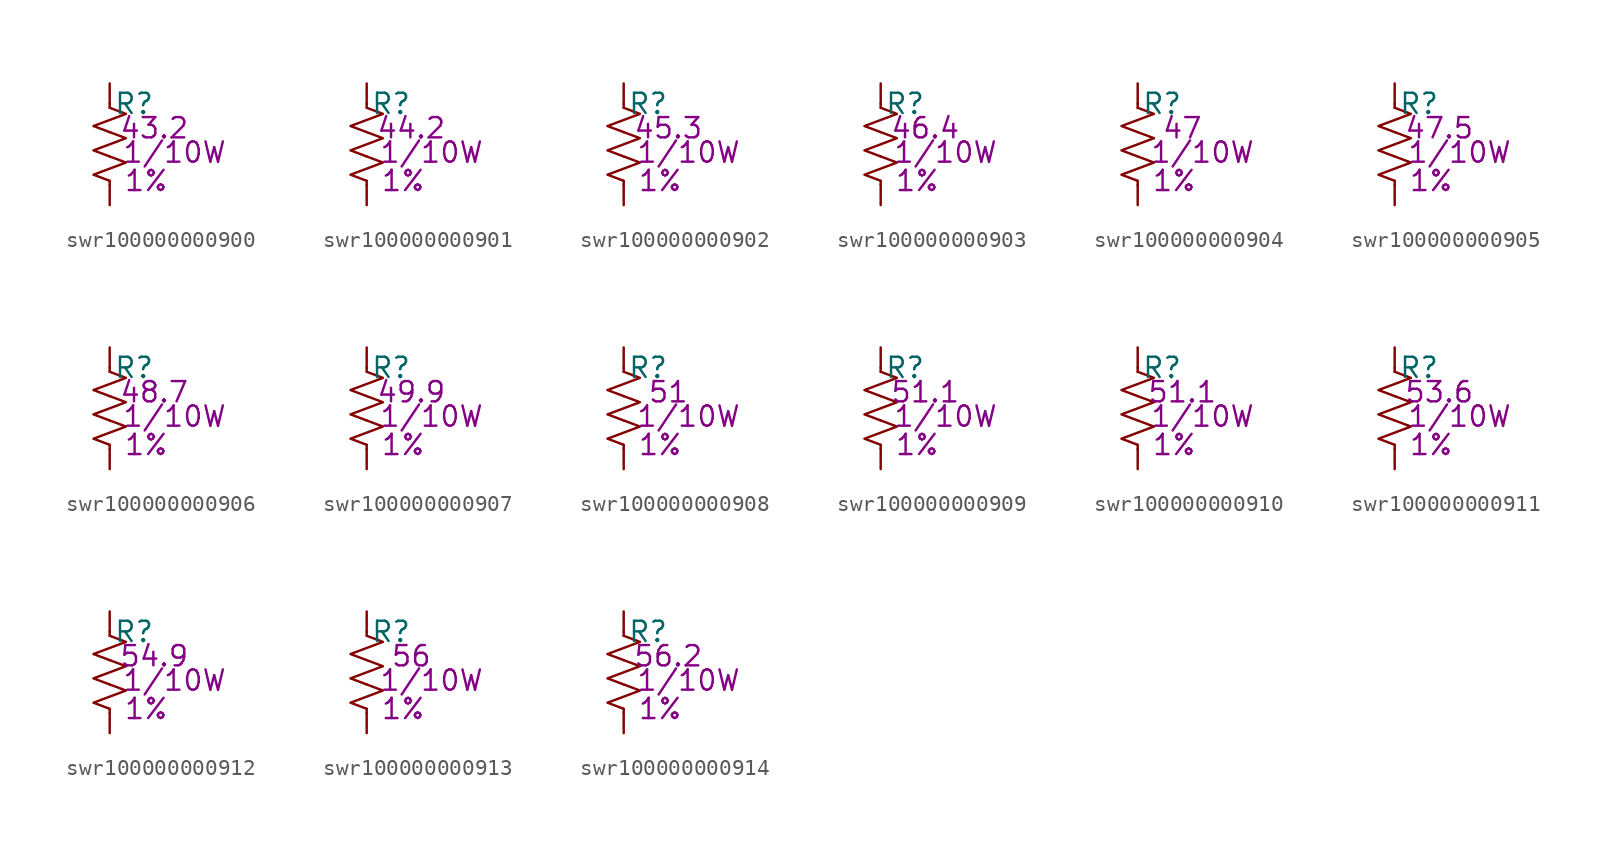
<source format=kicad_sym>
(kicad_symbol_lib
  (version 20211014)
  (generator kicad_symbol_editor)
  (symbol "swr100000000900"
    (pin_numbers hide)
    (pin_names
      (offset 1.016))
    (property "Reference" "R"
      (at 1.524 2.54 0)
      (effects (font (size 1.27 1.27))))
    (property "Tolerance" "1%"
      (at 2.286 -2.286 0)
      (effects (font (size 1.27 1.27))))
    (property "Wattage" "1/10W"
      (at 4.064 -0.508 0)
      (effects (font (size 1.27 1.27))))
    (property "PartValue" "43.2"
      (at 2.794 1.016 0)
      (effects (font (size 1.27 1.27))))
    (symbol "swr100000000900_1_1"
      (polyline (pts (xy 0 -2.286) (xy 0 -2.54)) (stroke (width 0) (type default) (color 0 0 0 0)) (fill (type none)))
      (polyline (pts (xy 0 2.286) (xy 0 2.54)) (stroke (width 0) (type default) (color 0 0 0 0)) (fill (type none)))
      (polyline (pts (xy 0 -0.762) (xy 1.016 -1.143) (xy 0 -1.524) (xy -1.016 -1.905) (xy 0 -2.286)) (stroke (width 0) (type default) (color 0 0 0 0)) (fill (type none)))
      (polyline (pts (xy 0 0.762) (xy 1.016 0.381) (xy 0 0) (xy -1.016 -0.381) (xy 0 -0.762)) (stroke (width 0) (type default) (color 0 0 0 0)) (fill (type none)))
      (polyline (pts (xy 0 2.286) (xy 1.016 1.905) (xy 0 1.524) (xy -1.016 1.143) (xy 0 0.762)) (stroke (width 0) (type default) (color 0 0 0 0)) (fill (type none)))
      (pin passive line (at 0 3.81 270) (length 1.27) (name "~" (effects (font (size 1.27 1.27)))) (number "1" (effects (font (size 1.27 1.27)))))
      (pin passive line (at 0 -3.81 90) (length 1.27) (name "~" (effects (font (size 1.27 1.27)))) (number "2" (effects (font (size 1.27 1.27)))))))
  (symbol "swr100000000901"
    (pin_numbers hide)
    (pin_names
      (offset 1.016))
    (property "Reference" "R"
      (at 1.524 2.54 0)
      (effects (font (size 1.27 1.27))))
    (property "Tolerance" "1%"
      (at 2.286 -2.286 0)
      (effects (font (size 1.27 1.27))))
    (property "Wattage" "1/10W"
      (at 4.064 -0.508 0)
      (effects (font (size 1.27 1.27))))
    (property "PartValue" "44.2"
      (at 2.794 1.016 0)
      (effects (font (size 1.27 1.27))))
    (symbol "swr100000000901_1_1"
      (polyline (pts (xy 0 -2.286) (xy 0 -2.54)) (stroke (width 0) (type default) (color 0 0 0 0)) (fill (type none)))
      (polyline (pts (xy 0 2.286) (xy 0 2.54)) (stroke (width 0) (type default) (color 0 0 0 0)) (fill (type none)))
      (polyline (pts (xy 0 -0.762) (xy 1.016 -1.143) (xy 0 -1.524) (xy -1.016 -1.905) (xy 0 -2.286)) (stroke (width 0) (type default) (color 0 0 0 0)) (fill (type none)))
      (polyline (pts (xy 0 0.762) (xy 1.016 0.381) (xy 0 0) (xy -1.016 -0.381) (xy 0 -0.762)) (stroke (width 0) (type default) (color 0 0 0 0)) (fill (type none)))
      (polyline (pts (xy 0 2.286) (xy 1.016 1.905) (xy 0 1.524) (xy -1.016 1.143) (xy 0 0.762)) (stroke (width 0) (type default) (color 0 0 0 0)) (fill (type none)))
      (pin passive line (at 0 3.81 270) (length 1.27) (name "~" (effects (font (size 1.27 1.27)))) (number "1" (effects (font (size 1.27 1.27)))))
      (pin passive line (at 0 -3.81 90) (length 1.27) (name "~" (effects (font (size 1.27 1.27)))) (number "2" (effects (font (size 1.27 1.27)))))))
  (symbol "swr100000000902"
    (pin_numbers hide)
    (pin_names
      (offset 1.016))
    (property "Reference" "R"
      (at 1.524 2.54 0)
      (effects (font (size 1.27 1.27))))
    (property "Tolerance" "1%"
      (at 2.286 -2.286 0)
      (effects (font (size 1.27 1.27))))
    (property "Wattage" "1/10W"
      (at 4.064 -0.508 0)
      (effects (font (size 1.27 1.27))))
    (property "PartValue" "45.3"
      (at 2.794 1.016 0)
      (effects (font (size 1.27 1.27))))
    (symbol "swr100000000902_1_1"
      (polyline (pts (xy 0 -2.286) (xy 0 -2.54)) (stroke (width 0) (type default) (color 0 0 0 0)) (fill (type none)))
      (polyline (pts (xy 0 2.286) (xy 0 2.54)) (stroke (width 0) (type default) (color 0 0 0 0)) (fill (type none)))
      (polyline (pts (xy 0 -0.762) (xy 1.016 -1.143) (xy 0 -1.524) (xy -1.016 -1.905) (xy 0 -2.286)) (stroke (width 0) (type default) (color 0 0 0 0)) (fill (type none)))
      (polyline (pts (xy 0 0.762) (xy 1.016 0.381) (xy 0 0) (xy -1.016 -0.381) (xy 0 -0.762)) (stroke (width 0) (type default) (color 0 0 0 0)) (fill (type none)))
      (polyline (pts (xy 0 2.286) (xy 1.016 1.905) (xy 0 1.524) (xy -1.016 1.143) (xy 0 0.762)) (stroke (width 0) (type default) (color 0 0 0 0)) (fill (type none)))
      (pin passive line (at 0 3.81 270) (length 1.27) (name "~" (effects (font (size 1.27 1.27)))) (number "1" (effects (font (size 1.27 1.27)))))
      (pin passive line (at 0 -3.81 90) (length 1.27) (name "~" (effects (font (size 1.27 1.27)))) (number "2" (effects (font (size 1.27 1.27)))))))
  (symbol "swr100000000903"
    (pin_numbers hide)
    (pin_names
      (offset 1.016))
    (property "Reference" "R"
      (at 1.524 2.54 0)
      (effects (font (size 1.27 1.27))))
    (property "Tolerance" "1%"
      (at 2.286 -2.286 0)
      (effects (font (size 1.27 1.27))))
    (property "Wattage" "1/10W"
      (at 4.064 -0.508 0)
      (effects (font (size 1.27 1.27))))
    (property "PartValue" "46.4"
      (at 2.794 1.016 0)
      (effects (font (size 1.27 1.27))))
    (symbol "swr100000000903_1_1"
      (polyline (pts (xy 0 -2.286) (xy 0 -2.54)) (stroke (width 0) (type default) (color 0 0 0 0)) (fill (type none)))
      (polyline (pts (xy 0 2.286) (xy 0 2.54)) (stroke (width 0) (type default) (color 0 0 0 0)) (fill (type none)))
      (polyline (pts (xy 0 -0.762) (xy 1.016 -1.143) (xy 0 -1.524) (xy -1.016 -1.905) (xy 0 -2.286)) (stroke (width 0) (type default) (color 0 0 0 0)) (fill (type none)))
      (polyline (pts (xy 0 0.762) (xy 1.016 0.381) (xy 0 0) (xy -1.016 -0.381) (xy 0 -0.762)) (stroke (width 0) (type default) (color 0 0 0 0)) (fill (type none)))
      (polyline (pts (xy 0 2.286) (xy 1.016 1.905) (xy 0 1.524) (xy -1.016 1.143) (xy 0 0.762)) (stroke (width 0) (type default) (color 0 0 0 0)) (fill (type none)))
      (pin passive line (at 0 3.81 270) (length 1.27) (name "~" (effects (font (size 1.27 1.27)))) (number "1" (effects (font (size 1.27 1.27)))))
      (pin passive line (at 0 -3.81 90) (length 1.27) (name "~" (effects (font (size 1.27 1.27)))) (number "2" (effects (font (size 1.27 1.27)))))))
  (symbol "swr100000000904"
    (pin_numbers hide)
    (pin_names
      (offset 1.016))
    (property "Reference" "R"
      (at 1.524 2.54 0)
      (effects (font (size 1.27 1.27))))
    (property "Tolerance" "1%"
      (at 2.286 -2.286 0)
      (effects (font (size 1.27 1.27))))
    (property "Wattage" "1/10W"
      (at 4.064 -0.508 0)
      (effects (font (size 1.27 1.27))))
    (property "PartValue" "47"
      (at 2.794 1.016 0)
      (effects (font (size 1.27 1.27))))
    (symbol "swr100000000904_1_1"
      (polyline (pts (xy 0 -2.286) (xy 0 -2.54)) (stroke (width 0) (type default) (color 0 0 0 0)) (fill (type none)))
      (polyline (pts (xy 0 2.286) (xy 0 2.54)) (stroke (width 0) (type default) (color 0 0 0 0)) (fill (type none)))
      (polyline (pts (xy 0 -0.762) (xy 1.016 -1.143) (xy 0 -1.524) (xy -1.016 -1.905) (xy 0 -2.286)) (stroke (width 0) (type default) (color 0 0 0 0)) (fill (type none)))
      (polyline (pts (xy 0 0.762) (xy 1.016 0.381) (xy 0 0) (xy -1.016 -0.381) (xy 0 -0.762)) (stroke (width 0) (type default) (color 0 0 0 0)) (fill (type none)))
      (polyline (pts (xy 0 2.286) (xy 1.016 1.905) (xy 0 1.524) (xy -1.016 1.143) (xy 0 0.762)) (stroke (width 0) (type default) (color 0 0 0 0)) (fill (type none)))
      (pin passive line (at 0 3.81 270) (length 1.27) (name "~" (effects (font (size 1.27 1.27)))) (number "1" (effects (font (size 1.27 1.27)))))
      (pin passive line (at 0 -3.81 90) (length 1.27) (name "~" (effects (font (size 1.27 1.27)))) (number "2" (effects (font (size 1.27 1.27)))))))
  (symbol "swr100000000905"
    (pin_numbers hide)
    (pin_names
      (offset 1.016))
    (property "Reference" "R"
      (at 1.524 2.54 0)
      (effects (font (size 1.27 1.27))))
    (property "Tolerance" "1%"
      (at 2.286 -2.286 0)
      (effects (font (size 1.27 1.27))))
    (property "Wattage" "1/10W"
      (at 4.064 -0.508 0)
      (effects (font (size 1.27 1.27))))
    (property "PartValue" "47.5"
      (at 2.794 1.016 0)
      (effects (font (size 1.27 1.27))))
    (symbol "swr100000000905_1_1"
      (polyline (pts (xy 0 -2.286) (xy 0 -2.54)) (stroke (width 0) (type default) (color 0 0 0 0)) (fill (type none)))
      (polyline (pts (xy 0 2.286) (xy 0 2.54)) (stroke (width 0) (type default) (color 0 0 0 0)) (fill (type none)))
      (polyline (pts (xy 0 -0.762) (xy 1.016 -1.143) (xy 0 -1.524) (xy -1.016 -1.905) (xy 0 -2.286)) (stroke (width 0) (type default) (color 0 0 0 0)) (fill (type none)))
      (polyline (pts (xy 0 0.762) (xy 1.016 0.381) (xy 0 0) (xy -1.016 -0.381) (xy 0 -0.762)) (stroke (width 0) (type default) (color 0 0 0 0)) (fill (type none)))
      (polyline (pts (xy 0 2.286) (xy 1.016 1.905) (xy 0 1.524) (xy -1.016 1.143) (xy 0 0.762)) (stroke (width 0) (type default) (color 0 0 0 0)) (fill (type none)))
      (pin passive line (at 0 3.81 270) (length 1.27) (name "~" (effects (font (size 1.27 1.27)))) (number "1" (effects (font (size 1.27 1.27)))))
      (pin passive line (at 0 -3.81 90) (length 1.27) (name "~" (effects (font (size 1.27 1.27)))) (number "2" (effects (font (size 1.27 1.27)))))))
  (symbol "swr100000000906"
    (pin_numbers hide)
    (pin_names
      (offset 1.016))
    (property "Reference" "R"
      (at 1.524 2.54 0)
      (effects (font (size 1.27 1.27))))
    (property "Tolerance" "1%"
      (at 2.286 -2.286 0)
      (effects (font (size 1.27 1.27))))
    (property "Wattage" "1/10W"
      (at 4.064 -0.508 0)
      (effects (font (size 1.27 1.27))))
    (property "PartValue" "48.7"
      (at 2.794 1.016 0)
      (effects (font (size 1.27 1.27))))
    (symbol "swr100000000906_1_1"
      (polyline (pts (xy 0 -2.286) (xy 0 -2.54)) (stroke (width 0) (type default) (color 0 0 0 0)) (fill (type none)))
      (polyline (pts (xy 0 2.286) (xy 0 2.54)) (stroke (width 0) (type default) (color 0 0 0 0)) (fill (type none)))
      (polyline (pts (xy 0 -0.762) (xy 1.016 -1.143) (xy 0 -1.524) (xy -1.016 -1.905) (xy 0 -2.286)) (stroke (width 0) (type default) (color 0 0 0 0)) (fill (type none)))
      (polyline (pts (xy 0 0.762) (xy 1.016 0.381) (xy 0 0) (xy -1.016 -0.381) (xy 0 -0.762)) (stroke (width 0) (type default) (color 0 0 0 0)) (fill (type none)))
      (polyline (pts (xy 0 2.286) (xy 1.016 1.905) (xy 0 1.524) (xy -1.016 1.143) (xy 0 0.762)) (stroke (width 0) (type default) (color 0 0 0 0)) (fill (type none)))
      (pin passive line (at 0 3.81 270) (length 1.27) (name "~" (effects (font (size 1.27 1.27)))) (number "1" (effects (font (size 1.27 1.27)))))
      (pin passive line (at 0 -3.81 90) (length 1.27) (name "~" (effects (font (size 1.27 1.27)))) (number "2" (effects (font (size 1.27 1.27)))))))
  (symbol "swr100000000907"
    (pin_numbers hide)
    (pin_names
      (offset 1.016))
    (property "Reference" "R"
      (at 1.524 2.54 0)
      (effects (font (size 1.27 1.27))))
    (property "Tolerance" "1%"
      (at 2.286 -2.286 0)
      (effects (font (size 1.27 1.27))))
    (property "Wattage" "1/10W"
      (at 4.064 -0.508 0)
      (effects (font (size 1.27 1.27))))
    (property "PartValue" "49.9"
      (at 2.794 1.016 0)
      (effects (font (size 1.27 1.27))))
    (symbol "swr100000000907_1_1"
      (polyline (pts (xy 0 -2.286) (xy 0 -2.54)) (stroke (width 0) (type default) (color 0 0 0 0)) (fill (type none)))
      (polyline (pts (xy 0 2.286) (xy 0 2.54)) (stroke (width 0) (type default) (color 0 0 0 0)) (fill (type none)))
      (polyline (pts (xy 0 -0.762) (xy 1.016 -1.143) (xy 0 -1.524) (xy -1.016 -1.905) (xy 0 -2.286)) (stroke (width 0) (type default) (color 0 0 0 0)) (fill (type none)))
      (polyline (pts (xy 0 0.762) (xy 1.016 0.381) (xy 0 0) (xy -1.016 -0.381) (xy 0 -0.762)) (stroke (width 0) (type default) (color 0 0 0 0)) (fill (type none)))
      (polyline (pts (xy 0 2.286) (xy 1.016 1.905) (xy 0 1.524) (xy -1.016 1.143) (xy 0 0.762)) (stroke (width 0) (type default) (color 0 0 0 0)) (fill (type none)))
      (pin passive line (at 0 3.81 270) (length 1.27) (name "~" (effects (font (size 1.27 1.27)))) (number "1" (effects (font (size 1.27 1.27)))))
      (pin passive line (at 0 -3.81 90) (length 1.27) (name "~" (effects (font (size 1.27 1.27)))) (number "2" (effects (font (size 1.27 1.27)))))))
  (symbol "swr100000000908"
    (pin_numbers hide)
    (pin_names
      (offset 1.016))
    (property "Reference" "R"
      (at 1.524 2.54 0)
      (effects (font (size 1.27 1.27))))
    (property "Tolerance" "1%"
      (at 2.286 -2.286 0)
      (effects (font (size 1.27 1.27))))
    (property "Wattage" "1/10W"
      (at 4.064 -0.508 0)
      (effects (font (size 1.27 1.27))))
    (property "PartValue" "51"
      (at 2.794 1.016 0)
      (effects (font (size 1.27 1.27))))
    (symbol "swr100000000908_1_1"
      (polyline (pts (xy 0 -2.286) (xy 0 -2.54)) (stroke (width 0) (type default) (color 0 0 0 0)) (fill (type none)))
      (polyline (pts (xy 0 2.286) (xy 0 2.54)) (stroke (width 0) (type default) (color 0 0 0 0)) (fill (type none)))
      (polyline (pts (xy 0 -0.762) (xy 1.016 -1.143) (xy 0 -1.524) (xy -1.016 -1.905) (xy 0 -2.286)) (stroke (width 0) (type default) (color 0 0 0 0)) (fill (type none)))
      (polyline (pts (xy 0 0.762) (xy 1.016 0.381) (xy 0 0) (xy -1.016 -0.381) (xy 0 -0.762)) (stroke (width 0) (type default) (color 0 0 0 0)) (fill (type none)))
      (polyline (pts (xy 0 2.286) (xy 1.016 1.905) (xy 0 1.524) (xy -1.016 1.143) (xy 0 0.762)) (stroke (width 0) (type default) (color 0 0 0 0)) (fill (type none)))
      (pin passive line (at 0 3.81 270) (length 1.27) (name "~" (effects (font (size 1.27 1.27)))) (number "1" (effects (font (size 1.27 1.27)))))
      (pin passive line (at 0 -3.81 90) (length 1.27) (name "~" (effects (font (size 1.27 1.27)))) (number "2" (effects (font (size 1.27 1.27)))))))
  (symbol "swr100000000909"
    (pin_numbers hide)
    (pin_names
      (offset 1.016))
    (property "Reference" "R"
      (at 1.524 2.54 0)
      (effects (font (size 1.27 1.27))))
    (property "Tolerance" "1%"
      (at 2.286 -2.286 0)
      (effects (font (size 1.27 1.27))))
    (property "Wattage" "1/10W"
      (at 4.064 -0.508 0)
      (effects (font (size 1.27 1.27))))
    (property "PartValue" "51.1"
      (at 2.794 1.016 0)
      (effects (font (size 1.27 1.27))))
    (symbol "swr100000000909_1_1"
      (polyline (pts (xy 0 -2.286) (xy 0 -2.54)) (stroke (width 0) (type default) (color 0 0 0 0)) (fill (type none)))
      (polyline (pts (xy 0 2.286) (xy 0 2.54)) (stroke (width 0) (type default) (color 0 0 0 0)) (fill (type none)))
      (polyline (pts (xy 0 -0.762) (xy 1.016 -1.143) (xy 0 -1.524) (xy -1.016 -1.905) (xy 0 -2.286)) (stroke (width 0) (type default) (color 0 0 0 0)) (fill (type none)))
      (polyline (pts (xy 0 0.762) (xy 1.016 0.381) (xy 0 0) (xy -1.016 -0.381) (xy 0 -0.762)) (stroke (width 0) (type default) (color 0 0 0 0)) (fill (type none)))
      (polyline (pts (xy 0 2.286) (xy 1.016 1.905) (xy 0 1.524) (xy -1.016 1.143) (xy 0 0.762)) (stroke (width 0) (type default) (color 0 0 0 0)) (fill (type none)))
      (pin passive line (at 0 3.81 270) (length 1.27) (name "~" (effects (font (size 1.27 1.27)))) (number "1" (effects (font (size 1.27 1.27)))))
      (pin passive line (at 0 -3.81 90) (length 1.27) (name "~" (effects (font (size 1.27 1.27)))) (number "2" (effects (font (size 1.27 1.27)))))))
  (symbol "swr100000000910"
    (pin_numbers hide)
    (pin_names
      (offset 1.016))
    (property "Reference" "R"
      (at 1.524 2.54 0)
      (effects (font (size 1.27 1.27))))
    (property "Tolerance" "1%"
      (at 2.286 -2.286 0)
      (effects (font (size 1.27 1.27))))
    (property "Wattage" "1/10W"
      (at 4.064 -0.508 0)
      (effects (font (size 1.27 1.27))))
    (property "PartValue" "51.1"
      (at 2.794 1.016 0)
      (effects (font (size 1.27 1.27))))
    (symbol "swr100000000910_1_1"
      (polyline (pts (xy 0 -2.286) (xy 0 -2.54)) (stroke (width 0) (type default) (color 0 0 0 0)) (fill (type none)))
      (polyline (pts (xy 0 2.286) (xy 0 2.54)) (stroke (width 0) (type default) (color 0 0 0 0)) (fill (type none)))
      (polyline (pts (xy 0 -0.762) (xy 1.016 -1.143) (xy 0 -1.524) (xy -1.016 -1.905) (xy 0 -2.286)) (stroke (width 0) (type default) (color 0 0 0 0)) (fill (type none)))
      (polyline (pts (xy 0 0.762) (xy 1.016 0.381) (xy 0 0) (xy -1.016 -0.381) (xy 0 -0.762)) (stroke (width 0) (type default) (color 0 0 0 0)) (fill (type none)))
      (polyline (pts (xy 0 2.286) (xy 1.016 1.905) (xy 0 1.524) (xy -1.016 1.143) (xy 0 0.762)) (stroke (width 0) (type default) (color 0 0 0 0)) (fill (type none)))
      (pin passive line (at 0 3.81 270) (length 1.27) (name "~" (effects (font (size 1.27 1.27)))) (number "1" (effects (font (size 1.27 1.27)))))
      (pin passive line (at 0 -3.81 90) (length 1.27) (name "~" (effects (font (size 1.27 1.27)))) (number "2" (effects (font (size 1.27 1.27)))))))
  (symbol "swr100000000911"
    (pin_numbers hide)
    (pin_names
      (offset 1.016))
    (property "Reference" "R"
      (at 1.524 2.54 0)
      (effects (font (size 1.27 1.27))))
    (property "Tolerance" "1%"
      (at 2.286 -2.286 0)
      (effects (font (size 1.27 1.27))))
    (property "Wattage" "1/10W"
      (at 4.064 -0.508 0)
      (effects (font (size 1.27 1.27))))
    (property "PartValue" "53.6"
      (at 2.794 1.016 0)
      (effects (font (size 1.27 1.27))))
    (symbol "swr100000000911_1_1"
      (polyline (pts (xy 0 -2.286) (xy 0 -2.54)) (stroke (width 0) (type default) (color 0 0 0 0)) (fill (type none)))
      (polyline (pts (xy 0 2.286) (xy 0 2.54)) (stroke (width 0) (type default) (color 0 0 0 0)) (fill (type none)))
      (polyline (pts (xy 0 -0.762) (xy 1.016 -1.143) (xy 0 -1.524) (xy -1.016 -1.905) (xy 0 -2.286)) (stroke (width 0) (type default) (color 0 0 0 0)) (fill (type none)))
      (polyline (pts (xy 0 0.762) (xy 1.016 0.381) (xy 0 0) (xy -1.016 -0.381) (xy 0 -0.762)) (stroke (width 0) (type default) (color 0 0 0 0)) (fill (type none)))
      (polyline (pts (xy 0 2.286) (xy 1.016 1.905) (xy 0 1.524) (xy -1.016 1.143) (xy 0 0.762)) (stroke (width 0) (type default) (color 0 0 0 0)) (fill (type none)))
      (pin passive line (at 0 3.81 270) (length 1.27) (name "~" (effects (font (size 1.27 1.27)))) (number "1" (effects (font (size 1.27 1.27)))))
      (pin passive line (at 0 -3.81 90) (length 1.27) (name "~" (effects (font (size 1.27 1.27)))) (number "2" (effects (font (size 1.27 1.27)))))))
  (symbol "swr100000000912"
    (pin_numbers hide)
    (pin_names
      (offset 1.016))
    (property "Reference" "R"
      (at 1.524 2.54 0)
      (effects (font (size 1.27 1.27))))
    (property "Tolerance" "1%"
      (at 2.286 -2.286 0)
      (effects (font (size 1.27 1.27))))
    (property "Wattage" "1/10W"
      (at 4.064 -0.508 0)
      (effects (font (size 1.27 1.27))))
    (property "PartValue" "54.9"
      (at 2.794 1.016 0)
      (effects (font (size 1.27 1.27))))
    (symbol "swr100000000912_1_1"
      (polyline (pts (xy 0 -2.286) (xy 0 -2.54)) (stroke (width 0) (type default) (color 0 0 0 0)) (fill (type none)))
      (polyline (pts (xy 0 2.286) (xy 0 2.54)) (stroke (width 0) (type default) (color 0 0 0 0)) (fill (type none)))
      (polyline (pts (xy 0 -0.762) (xy 1.016 -1.143) (xy 0 -1.524) (xy -1.016 -1.905) (xy 0 -2.286)) (stroke (width 0) (type default) (color 0 0 0 0)) (fill (type none)))
      (polyline (pts (xy 0 0.762) (xy 1.016 0.381) (xy 0 0) (xy -1.016 -0.381) (xy 0 -0.762)) (stroke (width 0) (type default) (color 0 0 0 0)) (fill (type none)))
      (polyline (pts (xy 0 2.286) (xy 1.016 1.905) (xy 0 1.524) (xy -1.016 1.143) (xy 0 0.762)) (stroke (width 0) (type default) (color 0 0 0 0)) (fill (type none)))
      (pin passive line (at 0 3.81 270) (length 1.27) (name "~" (effects (font (size 1.27 1.27)))) (number "1" (effects (font (size 1.27 1.27)))))
      (pin passive line (at 0 -3.81 90) (length 1.27) (name "~" (effects (font (size 1.27 1.27)))) (number "2" (effects (font (size 1.27 1.27)))))))
  (symbol "swr100000000913"
    (pin_numbers hide)
    (pin_names
      (offset 1.016))
    (property "Reference" "R"
      (at 1.524 2.54 0)
      (effects (font (size 1.27 1.27))))
    (property "Tolerance" "1%"
      (at 2.286 -2.286 0)
      (effects (font (size 1.27 1.27))))
    (property "Wattage" "1/10W"
      (at 4.064 -0.508 0)
      (effects (font (size 1.27 1.27))))
    (property "PartValue" "56"
      (at 2.794 1.016 0)
      (effects (font (size 1.27 1.27))))
    (symbol "swr100000000913_1_1"
      (polyline (pts (xy 0 -2.286) (xy 0 -2.54)) (stroke (width 0) (type default) (color 0 0 0 0)) (fill (type none)))
      (polyline (pts (xy 0 2.286) (xy 0 2.54)) (stroke (width 0) (type default) (color 0 0 0 0)) (fill (type none)))
      (polyline (pts (xy 0 -0.762) (xy 1.016 -1.143) (xy 0 -1.524) (xy -1.016 -1.905) (xy 0 -2.286)) (stroke (width 0) (type default) (color 0 0 0 0)) (fill (type none)))
      (polyline (pts (xy 0 0.762) (xy 1.016 0.381) (xy 0 0) (xy -1.016 -0.381) (xy 0 -0.762)) (stroke (width 0) (type default) (color 0 0 0 0)) (fill (type none)))
      (polyline (pts (xy 0 2.286) (xy 1.016 1.905) (xy 0 1.524) (xy -1.016 1.143) (xy 0 0.762)) (stroke (width 0) (type default) (color 0 0 0 0)) (fill (type none)))
      (pin passive line (at 0 3.81 270) (length 1.27) (name "~" (effects (font (size 1.27 1.27)))) (number "1" (effects (font (size 1.27 1.27)))))
      (pin passive line (at 0 -3.81 90) (length 1.27) (name "~" (effects (font (size 1.27 1.27)))) (number "2" (effects (font (size 1.27 1.27)))))))
  (symbol "swr100000000914"
    (pin_numbers hide)
    (pin_names
      (offset 1.016))
    (property "Reference" "R"
      (at 1.524 2.54 0)
      (effects (font (size 1.27 1.27))))
    (property "Tolerance" "1%"
      (at 2.286 -2.286 0)
      (effects (font (size 1.27 1.27))))
    (property "Wattage" "1/10W"
      (at 4.064 -0.508 0)
      (effects (font (size 1.27 1.27))))
    (property "PartValue" "56.2"
      (at 2.794 1.016 0)
      (effects (font (size 1.27 1.27))))
    (symbol "swr100000000914_1_1"
      (polyline (pts (xy 0 -2.286) (xy 0 -2.54)) (stroke (width 0) (type default) (color 0 0 0 0)) (fill (type none)))
      (polyline (pts (xy 0 2.286) (xy 0 2.54)) (stroke (width 0) (type default) (color 0 0 0 0)) (fill (type none)))
      (polyline (pts (xy 0 -0.762) (xy 1.016 -1.143) (xy 0 -1.524) (xy -1.016 -1.905) (xy 0 -2.286)) (stroke (width 0) (type default) (color 0 0 0 0)) (fill (type none)))
      (polyline (pts (xy 0 0.762) (xy 1.016 0.381) (xy 0 0) (xy -1.016 -0.381) (xy 0 -0.762)) (stroke (width 0) (type default) (color 0 0 0 0)) (fill (type none)))
      (polyline (pts (xy 0 2.286) (xy 1.016 1.905) (xy 0 1.524) (xy -1.016 1.143) (xy 0 0.762)) (stroke (width 0) (type default) (color 0 0 0 0)) (fill (type none)))
      (pin passive line (at 0 3.81 270) (length 1.27) (name "~" (effects (font (size 1.27 1.27)))) (number "1" (effects (font (size 1.27 1.27)))))
      (pin passive line (at 0 -3.81 90) (length 1.27) (name "~" (effects (font (size 1.27 1.27)))) (number "2" (effects (font (size 1.27 1.27))))))))
</source>
